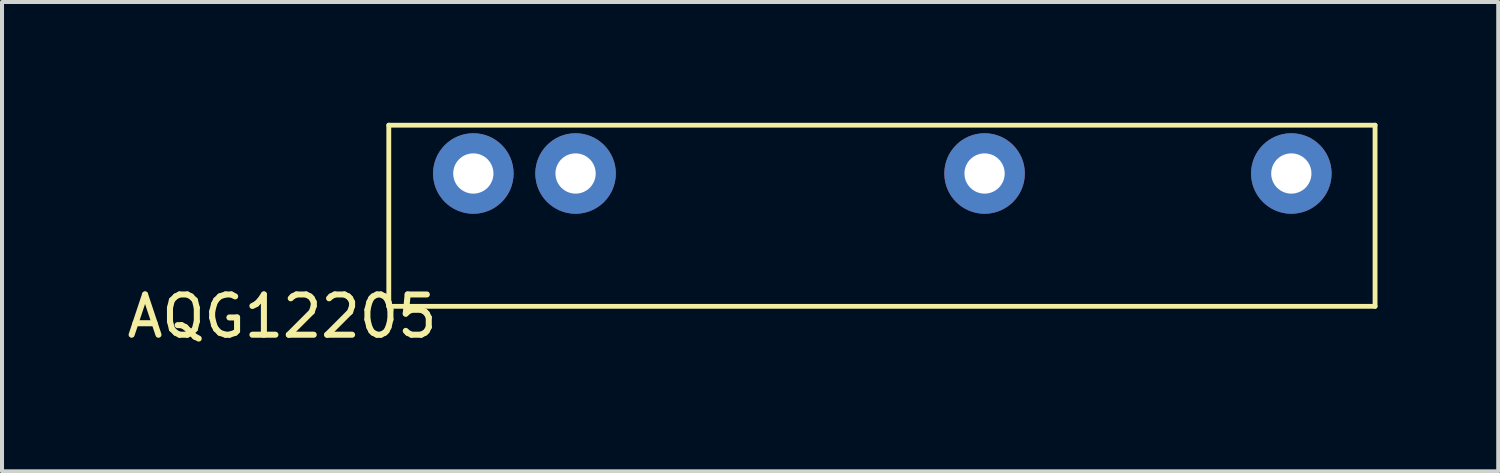
<source format=kicad_pcb>
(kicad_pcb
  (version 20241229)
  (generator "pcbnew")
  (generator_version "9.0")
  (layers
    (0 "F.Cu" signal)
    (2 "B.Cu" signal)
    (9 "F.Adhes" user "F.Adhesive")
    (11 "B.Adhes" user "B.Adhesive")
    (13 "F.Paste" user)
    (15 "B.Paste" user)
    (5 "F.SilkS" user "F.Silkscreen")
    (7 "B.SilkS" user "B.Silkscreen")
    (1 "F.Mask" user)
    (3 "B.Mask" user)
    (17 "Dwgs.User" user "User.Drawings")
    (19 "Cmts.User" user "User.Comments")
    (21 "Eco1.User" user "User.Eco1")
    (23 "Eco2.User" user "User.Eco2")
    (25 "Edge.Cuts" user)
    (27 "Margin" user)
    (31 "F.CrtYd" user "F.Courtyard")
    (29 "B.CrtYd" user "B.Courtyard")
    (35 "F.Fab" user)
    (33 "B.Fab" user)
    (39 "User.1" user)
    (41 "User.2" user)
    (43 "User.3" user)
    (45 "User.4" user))
  (footprint "AQG12205"
    (layer "F.Cu")
    (at 8.708 1.26)
    (property "Reference" "AQG12205" (at -4.75 3.55 0) (layer "F.SilkS") (effects (font (size 1 1) (thickness 0.15))))
    (attr through_hole)
    (fp_line (start -2.1 3.3) (end -2.1 -1.2) (stroke (width 0.12) (type solid)) (layer "F.SilkS"))
    (fp_line (start -2.1 3.3) (end 22.4 3.3) (stroke (width 0.12) (type solid)) (layer "F.SilkS"))
    (fp_line (start 22.4 -1.2) (end -2.1 -1.2) (stroke (width 0.12) (type solid)) (layer "F.SilkS"))
    (fp_line (start 22.4 3.3) (end 22.4 -1.2) (stroke (width 0.12) (type solid)) (layer "F.SilkS"))
    (pad "1" thru_hole circle (at 0 0 180) (size 2 2) (drill 1) (layers "*.Cu" "*.Mask"))
    (pad "2" thru_hole circle (at 2.54 0 180) (size 2 2) (drill 1) (layers "*.Cu" "*.Mask"))
    (pad "3" thru_hole circle (at 12.7 0 180) (size 2 2) (drill 1) (layers "*.Cu" "*.Mask"))
    (pad "4" thru_hole circle (at 20.32 0 180) (size 2 2) (drill 1) (layers "*.Cu" "*.Mask")))
  (gr_rect
    (start -3 -3)
    (end 34.168 8.658)
    (stroke (width 0.1) (type default))
    (fill no)
    (layer "Edge.Cuts")))
</source>
